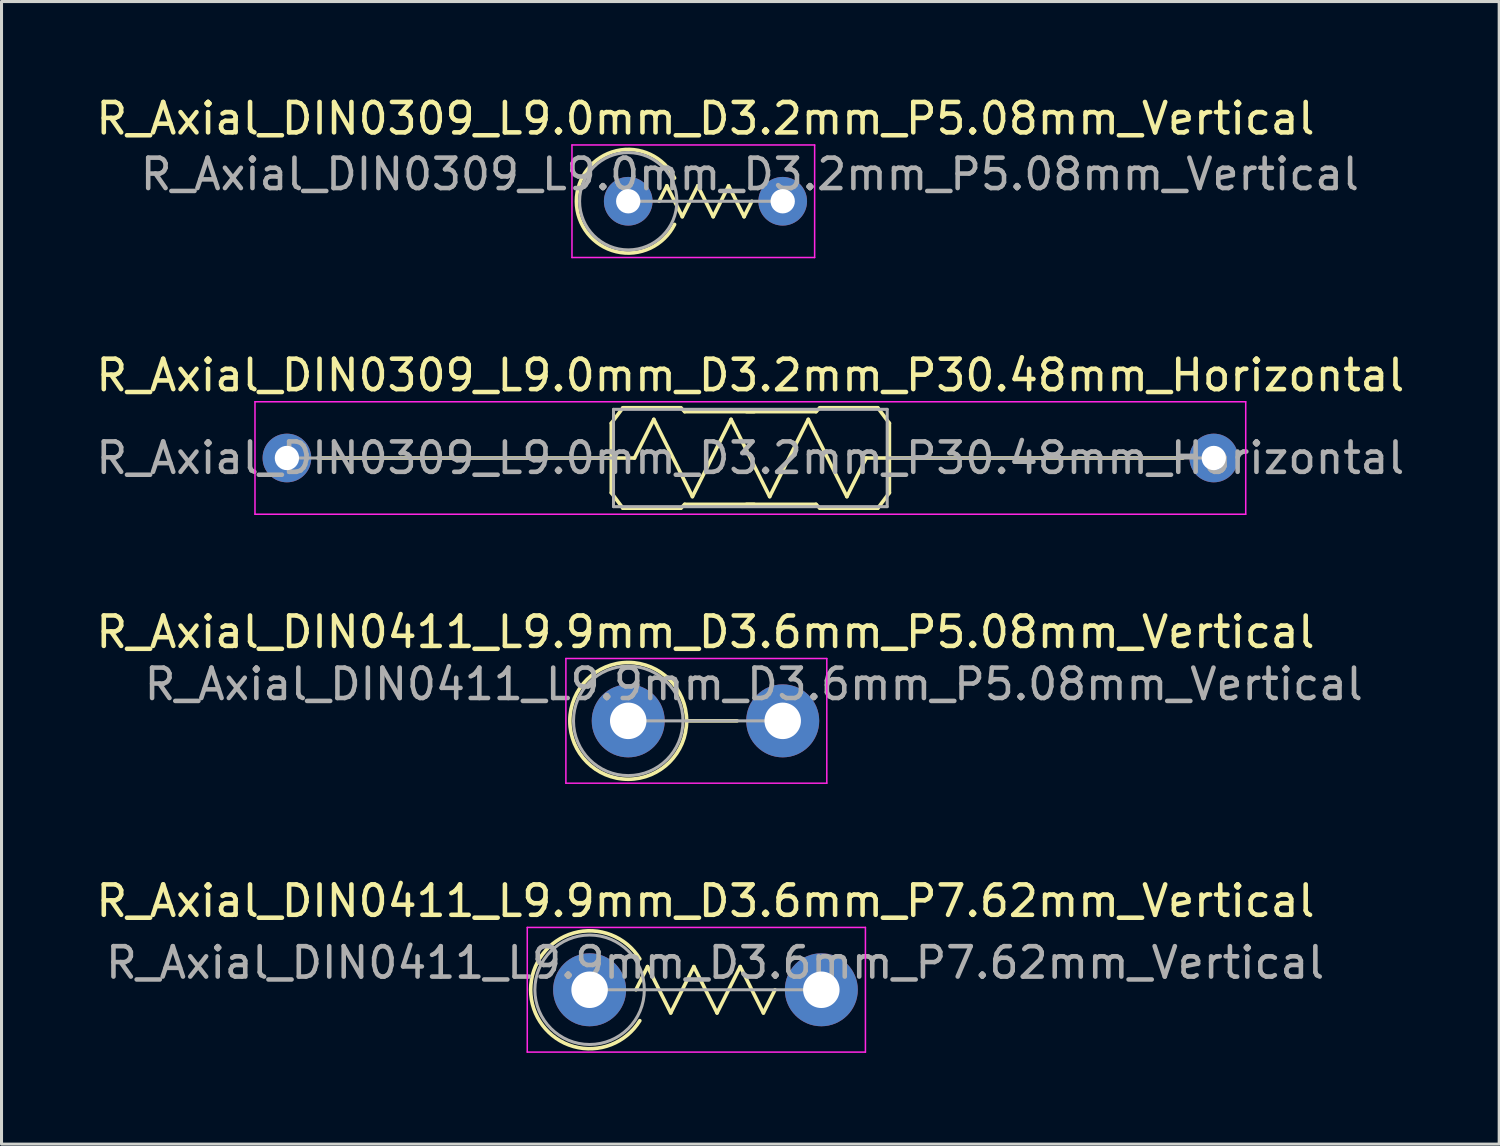
<source format=kicad_pcb>
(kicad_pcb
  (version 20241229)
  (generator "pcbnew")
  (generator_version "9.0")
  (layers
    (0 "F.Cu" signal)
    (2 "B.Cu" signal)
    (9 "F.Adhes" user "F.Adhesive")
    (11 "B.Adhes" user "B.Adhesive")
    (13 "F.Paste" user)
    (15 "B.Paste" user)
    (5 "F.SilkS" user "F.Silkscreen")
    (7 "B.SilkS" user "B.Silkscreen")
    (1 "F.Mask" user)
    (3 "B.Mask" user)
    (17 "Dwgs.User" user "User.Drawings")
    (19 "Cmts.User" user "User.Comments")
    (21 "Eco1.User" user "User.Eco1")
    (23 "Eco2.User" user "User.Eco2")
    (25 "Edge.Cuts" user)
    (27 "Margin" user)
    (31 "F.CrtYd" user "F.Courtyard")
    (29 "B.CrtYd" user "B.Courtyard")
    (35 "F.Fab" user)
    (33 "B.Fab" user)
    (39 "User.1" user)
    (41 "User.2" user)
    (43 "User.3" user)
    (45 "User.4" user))
  (footprint "R_Axial_DIN0411_L9.9mm_D3.6mm_P5.08mm_Vertical"
    (layer "F.Cu")
    (at 17.609 20.655)
    (property "Reference" "R_Axial_DIN0411_L9.9mm_D3.6mm_P5.08mm_Vertical" (at 2.54 -2.92 0) (layer "F.SilkS") (effects (font (size 1 1) (thickness 0.15))))
    (attr through_hole)
    (fp_line (start 1.92 0) (end 3.58 0) (stroke (width 0.12) (type solid)) (layer "F.SilkS"))
    (fp_circle (center 0 0) (end 1.92 0) (stroke (width 0.12) (type solid)) (fill no) (layer "F.SilkS"))
    (fp_line (start -2.05 -2.05) (end -2.05 2.05) (stroke (width 0.05) (type solid)) (layer "F.CrtYd"))
    (fp_line (start -2.05 2.05) (end 6.53 2.05) (stroke (width 0.05) (type solid)) (layer "F.CrtYd"))
    (fp_line (start 6.53 -2.05) (end -2.05 -2.05) (stroke (width 0.05) (type solid)) (layer "F.CrtYd"))
    (fp_line (start 6.53 2.05) (end 6.53 -2.05) (stroke (width 0.05) (type solid)) (layer "F.CrtYd"))
    (fp_line (start 0 0) (end 5.08 0) (stroke (width 0.1) (type solid)) (layer "F.Fab"))
    (fp_circle (center 0 0) (end 1.8 0) (stroke (width 0.1) (type solid)) (fill no) (layer "F.Fab"))
    (fp_text user "${REFERENCE}" (at 4.128 -1.206 0) (layer "F.Fab") (effects (font (size 1 1) (thickness 0.15))))
    (pad "1" thru_hole circle (at 0 0) (size 2.4 2.4) (drill 1.2) (layers "*.Cu" "*.Mask"))
    (pad "2" thru_hole oval (at 5.08 0) (size 2.4 2.4) (drill 1.2) (layers "*.Cu" "*.Mask")))
  (footprint "R_Axial_DIN0309_L9.0mm_D3.2mm_P5.08mm_Vertical"
    (layer "F.Cu")
    (at 17.609 3.568)
    (property "Reference" "R_Axial_DIN0309_L9.0mm_D3.2mm_P5.08mm_Vertical" (at 2.54 -2.72 0) (layer "F.SilkS") (effects (font (size 1 1) (thickness 0.15))))
    (attr through_hole)
    (fp_line (start 1.016 0) (end 1.27 -0.508) (stroke (width 0.12) (type solid)) (layer "F.SilkS"))
    (fp_line (start 1.27 -0.508) (end 1.778 0.508) (stroke (width 0.12) (type solid)) (layer "F.SilkS"))
    (fp_line (start 1.778 0.508) (end 2.286 -0.508) (stroke (width 0.12) (type solid)) (layer "F.SilkS"))
    (fp_line (start 2.286 -0.508) (end 2.794 0.508) (stroke (width 0.12) (type solid)) (layer "F.SilkS"))
    (fp_line (start 2.794 0.508) (end 3.302 -0.508) (stroke (width 0.12) (type solid)) (layer "F.SilkS"))
    (fp_line (start 3.302 -0.508) (end 3.81 0.508) (stroke (width 0.12) (type solid)) (layer "F.SilkS"))
    (fp_line (start 3.81 0.508) (end 4.064 0) (stroke (width 0.12) (type solid)) (layer "F.SilkS"))
    (fp_arc (start 1.523999 0.762) (mid -1.703883 0) (end 1.523999 -0.762) (stroke (width 0.12) (type solid)) (layer "F.SilkS"))
    (fp_line (start -1.85 -1.85) (end -1.85 1.85) (stroke (width 0.05) (type solid)) (layer "F.CrtYd"))
    (fp_line (start -1.85 1.85) (end 6.13 1.85) (stroke (width 0.05) (type solid)) (layer "F.CrtYd"))
    (fp_line (start 6.13 -1.85) (end -1.85 -1.85) (stroke (width 0.05) (type solid)) (layer "F.CrtYd"))
    (fp_line (start 6.13 1.85) (end 6.13 -1.85) (stroke (width 0.05) (type solid)) (layer "F.CrtYd"))
    (fp_line (start 0 0) (end 5.08 0) (stroke (width 0.1) (type solid)) (layer "F.Fab"))
    (fp_circle (center 0 0) (end 1.6 0) (stroke (width 0.1) (type solid)) (fill no) (layer "F.Fab"))
    (fp_text user "${REFERENCE}" (at 4 -0.889 0) (layer "F.Fab") (effects (font (size 1 1) (thickness 0.15))))
    (pad "1" thru_hole circle (at 0 0) (size 1.6 1.6) (drill 0.8) (layers "*.Cu" "*.Mask"))
    (pad "2" thru_hole oval (at 5.08 0) (size 1.6 1.6) (drill 0.8) (layers "*.Cu" "*.Mask")))
  (footprint "R_Axial_DIN0411_L9.9mm_D3.6mm_P7.62mm_Vertical"
    (layer "F.Cu")
    (at 16.339 29.498)
    (property "Reference" "R_Axial_DIN0411_L9.9mm_D3.6mm_P7.62mm_Vertical" (at 3.81 -2.92 0) (layer "F.SilkS") (effects (font (size 1 1) (thickness 0.15))))
    (attr through_hole)
    (fp_line (start 1.524 0) (end 1.905 -0.762) (stroke (width 0.12) (type solid)) (layer "F.SilkS"))
    (fp_line (start 1.905 -0.762) (end 2.667 0.762) (stroke (width 0.12) (type solid)) (layer "F.SilkS"))
    (fp_line (start 2.667 0.762) (end 3.429 -0.762) (stroke (width 0.12) (type solid)) (layer "F.SilkS"))
    (fp_line (start 3.429 -0.762) (end 4.191 0.762) (stroke (width 0.12) (type solid)) (layer "F.SilkS"))
    (fp_line (start 4.191 0.762) (end 4.953 -0.762) (stroke (width 0.12) (type solid)) (layer "F.SilkS"))
    (fp_line (start 4.953 -0.762) (end 5.715 0.762) (stroke (width 0.12) (type solid)) (layer "F.SilkS"))
    (fp_line (start 5.715 0.762) (end 6.096 0) (stroke (width 0.12) (type solid)) (layer "F.SilkS"))
    (fp_arc (start 1.650999 1.016) (mid -1.93857 0) (end 1.650999 -1.016) (stroke (width 0.12) (type solid)) (layer "F.SilkS"))
    (fp_line (start -2.05 -2.05) (end -2.05 2.05) (stroke (width 0.05) (type solid)) (layer "F.CrtYd"))
    (fp_line (start -2.05 2.05) (end 9.07 2.05) (stroke (width 0.05) (type solid)) (layer "F.CrtYd"))
    (fp_line (start 9.07 -2.05) (end -2.05 -2.05) (stroke (width 0.05) (type solid)) (layer "F.CrtYd"))
    (fp_line (start 9.07 2.05) (end 9.07 -2.05) (stroke (width 0.05) (type solid)) (layer "F.CrtYd"))
    (fp_line (start 0 0) (end 7.62 0) (stroke (width 0.1) (type solid)) (layer "F.Fab"))
    (fp_circle (center 0 0) (end 1.8 0) (stroke (width 0.1) (type solid)) (fill no) (layer "F.Fab"))
    (fp_text user "${REFERENCE}" (at 4.128 -0.889 0) (layer "F.Fab") (effects (font (size 1 1) (thickness 0.15))))
    (pad "1" thru_hole circle (at 0 0) (size 2.4 2.4) (drill 1.2) (layers "*.Cu" "*.Mask"))
    (pad "2" thru_hole oval (at 7.62 0) (size 2.4 2.4) (drill 1.2) (layers "*.Cu" "*.Mask")))
  (footprint "R_Axial_DIN0309_L9.0mm_D3.2mm_P30.48mm_Horizontal"
    (layer "F.Cu")
    (at 6.385 12.011)
    (property "Reference" "R_Axial_DIN0309_L9.0mm_D3.2mm_P30.48mm_Horizontal" (at 15.24 -2.72 0) (layer "F.SilkS") (effects (font (size 1 1) (thickness 0.15))))
    (attr through_hole)
    (fp_line (start 10.668 -1.143) (end 11.049 -1.651) (stroke (width 0.12) (type solid)) (layer "F.SilkS"))
    (fp_line (start 10.668 0) (end 1.016 0) (stroke (width 0.12) (type solid)) (layer "F.SilkS"))
    (fp_line (start 10.668 1.143) (end 10.668 -1.143) (stroke (width 0.12) (type solid)) (layer "F.SilkS"))
    (fp_line (start 10.668 1.143) (end 11.049 1.651) (stroke (width 0.12) (type solid)) (layer "F.SilkS"))
    (fp_line (start 11.049 -1.651) (end 12.954 -1.651) (stroke (width 0.12) (type solid)) (layer "F.SilkS"))
    (fp_line (start 11.049 1.651) (end 12.954 1.651) (stroke (width 0.12) (type solid)) (layer "F.SilkS"))
    (fp_line (start 11.43 0) (end 10.668 0) (stroke (width 0.12) (type solid)) (layer "F.SilkS"))
    (fp_line (start 11.43 0) (end 12.065 -1.27) (stroke (width 0.12) (type solid)) (layer "F.SilkS"))
    (fp_line (start 12.065 -1.27) (end 13.335 1.27) (stroke (width 0.12) (type solid)) (layer "F.SilkS"))
    (fp_line (start 12.954 -1.651) (end 13.081 -1.524) (stroke (width 0.12) (type solid)) (layer "F.SilkS"))
    (fp_line (start 12.954 1.651) (end 13.081 1.524) (stroke (width 0.12) (type solid)) (layer "F.SilkS"))
    (fp_line (start 13.081 -1.524) (end 15.367 -1.524) (stroke (width 0.12) (type solid)) (layer "F.SilkS"))
    (fp_line (start 13.081 1.524) (end 15.367 1.524) (stroke (width 0.12) (type solid)) (layer "F.SilkS"))
    (fp_line (start 13.335 1.27) (end 14.605 -1.27) (stroke (width 0.12) (type solid)) (layer "F.SilkS"))
    (fp_line (start 14.605 -1.27) (end 15.875 1.27) (stroke (width 0.12) (type solid)) (layer "F.SilkS"))
    (fp_line (start 15.875 1.27) (end 17.145 -1.27) (stroke (width 0.12) (type solid)) (layer "F.SilkS"))
    (fp_line (start 17.145 -1.27) (end 18.415 1.27) (stroke (width 0.12) (type solid)) (layer "F.SilkS"))
    (fp_line (start 17.399 -1.524) (end 15.113 -1.524) (stroke (width 0.12) (type solid)) (layer "F.SilkS"))
    (fp_line (start 17.399 1.524) (end 15.113 1.524) (stroke (width 0.12) (type solid)) (layer "F.SilkS"))
    (fp_line (start 17.526 -1.651) (end 17.399 -1.524) (stroke (width 0.12) (type solid)) (layer "F.SilkS"))
    (fp_line (start 17.526 1.651) (end 17.399 1.524) (stroke (width 0.12) (type solid)) (layer "F.SilkS"))
    (fp_line (start 18.415 1.27) (end 19.05 0) (stroke (width 0.12) (type solid)) (layer "F.SilkS"))
    (fp_line (start 19.05 0) (end 19.812 0) (stroke (width 0.12) (type solid)) (layer "F.SilkS"))
    (fp_line (start 19.431 -1.651) (end 17.526 -1.651) (stroke (width 0.12) (type solid)) (layer "F.SilkS"))
    (fp_line (start 19.431 1.651) (end 17.526 1.651) (stroke (width 0.12) (type solid)) (layer "F.SilkS"))
    (fp_line (start 19.812 -1.143) (end 19.431 -1.651) (stroke (width 0.12) (type solid)) (layer "F.SilkS"))
    (fp_line (start 19.812 0) (end 29.464 0) (stroke (width 0.12) (type solid)) (layer "F.SilkS"))
    (fp_line (start 19.812 1.143) (end 19.431 1.651) (stroke (width 0.12) (type solid)) (layer "F.SilkS"))
    (fp_line (start 19.812 1.143) (end 19.812 -1.143) (stroke (width 0.12) (type solid)) (layer "F.SilkS"))
    (fp_line (start -1.05 -1.85) (end -1.05 1.85) (stroke (width 0.05) (type solid)) (layer "F.CrtYd"))
    (fp_line (start -1.05 1.85) (end 31.53 1.85) (stroke (width 0.05) (type solid)) (layer "F.CrtYd"))
    (fp_line (start 31.53 -1.85) (end -1.05 -1.85) (stroke (width 0.05) (type solid)) (layer "F.CrtYd"))
    (fp_line (start 31.53 1.85) (end 31.53 -1.85) (stroke (width 0.05) (type solid)) (layer "F.CrtYd"))
    (fp_line (start 0 0) (end 10.74 0) (stroke (width 0.1) (type solid)) (layer "F.Fab"))
    (fp_line (start 10.74 -1.6) (end 10.74 1.6) (stroke (width 0.1) (type solid)) (layer "F.Fab"))
    (fp_line (start 10.74 1.6) (end 19.74 1.6) (stroke (width 0.1) (type solid)) (layer "F.Fab"))
    (fp_line (start 19.74 -1.6) (end 10.74 -1.6) (stroke (width 0.1) (type solid)) (layer "F.Fab"))
    (fp_line (start 19.74 1.6) (end 19.74 -1.6) (stroke (width 0.1) (type solid)) (layer "F.Fab"))
    (fp_line (start 30.48 0) (end 19.74 0) (stroke (width 0.1) (type solid)) (layer "F.Fab"))
    (fp_text user "${REFERENCE}" (at 15.24 0 0) (layer "F.Fab") (effects (font (size 1 1) (thickness 0.15))))
    (pad "1" thru_hole circle (at 0 0) (size 1.6 1.6) (drill 0.8) (layers "*.Cu" "*.Mask"))
    (pad "2" thru_hole oval (at 30.48 0) (size 1.6 1.6) (drill 0.8) (layers "*.Cu" "*.Mask")))
  (gr_rect
    (start -3 -3)
    (end 46.25 34.573)
    (stroke (width 0.1) (type default))
    (fill no)
    (layer "Edge.Cuts")))
</source>
